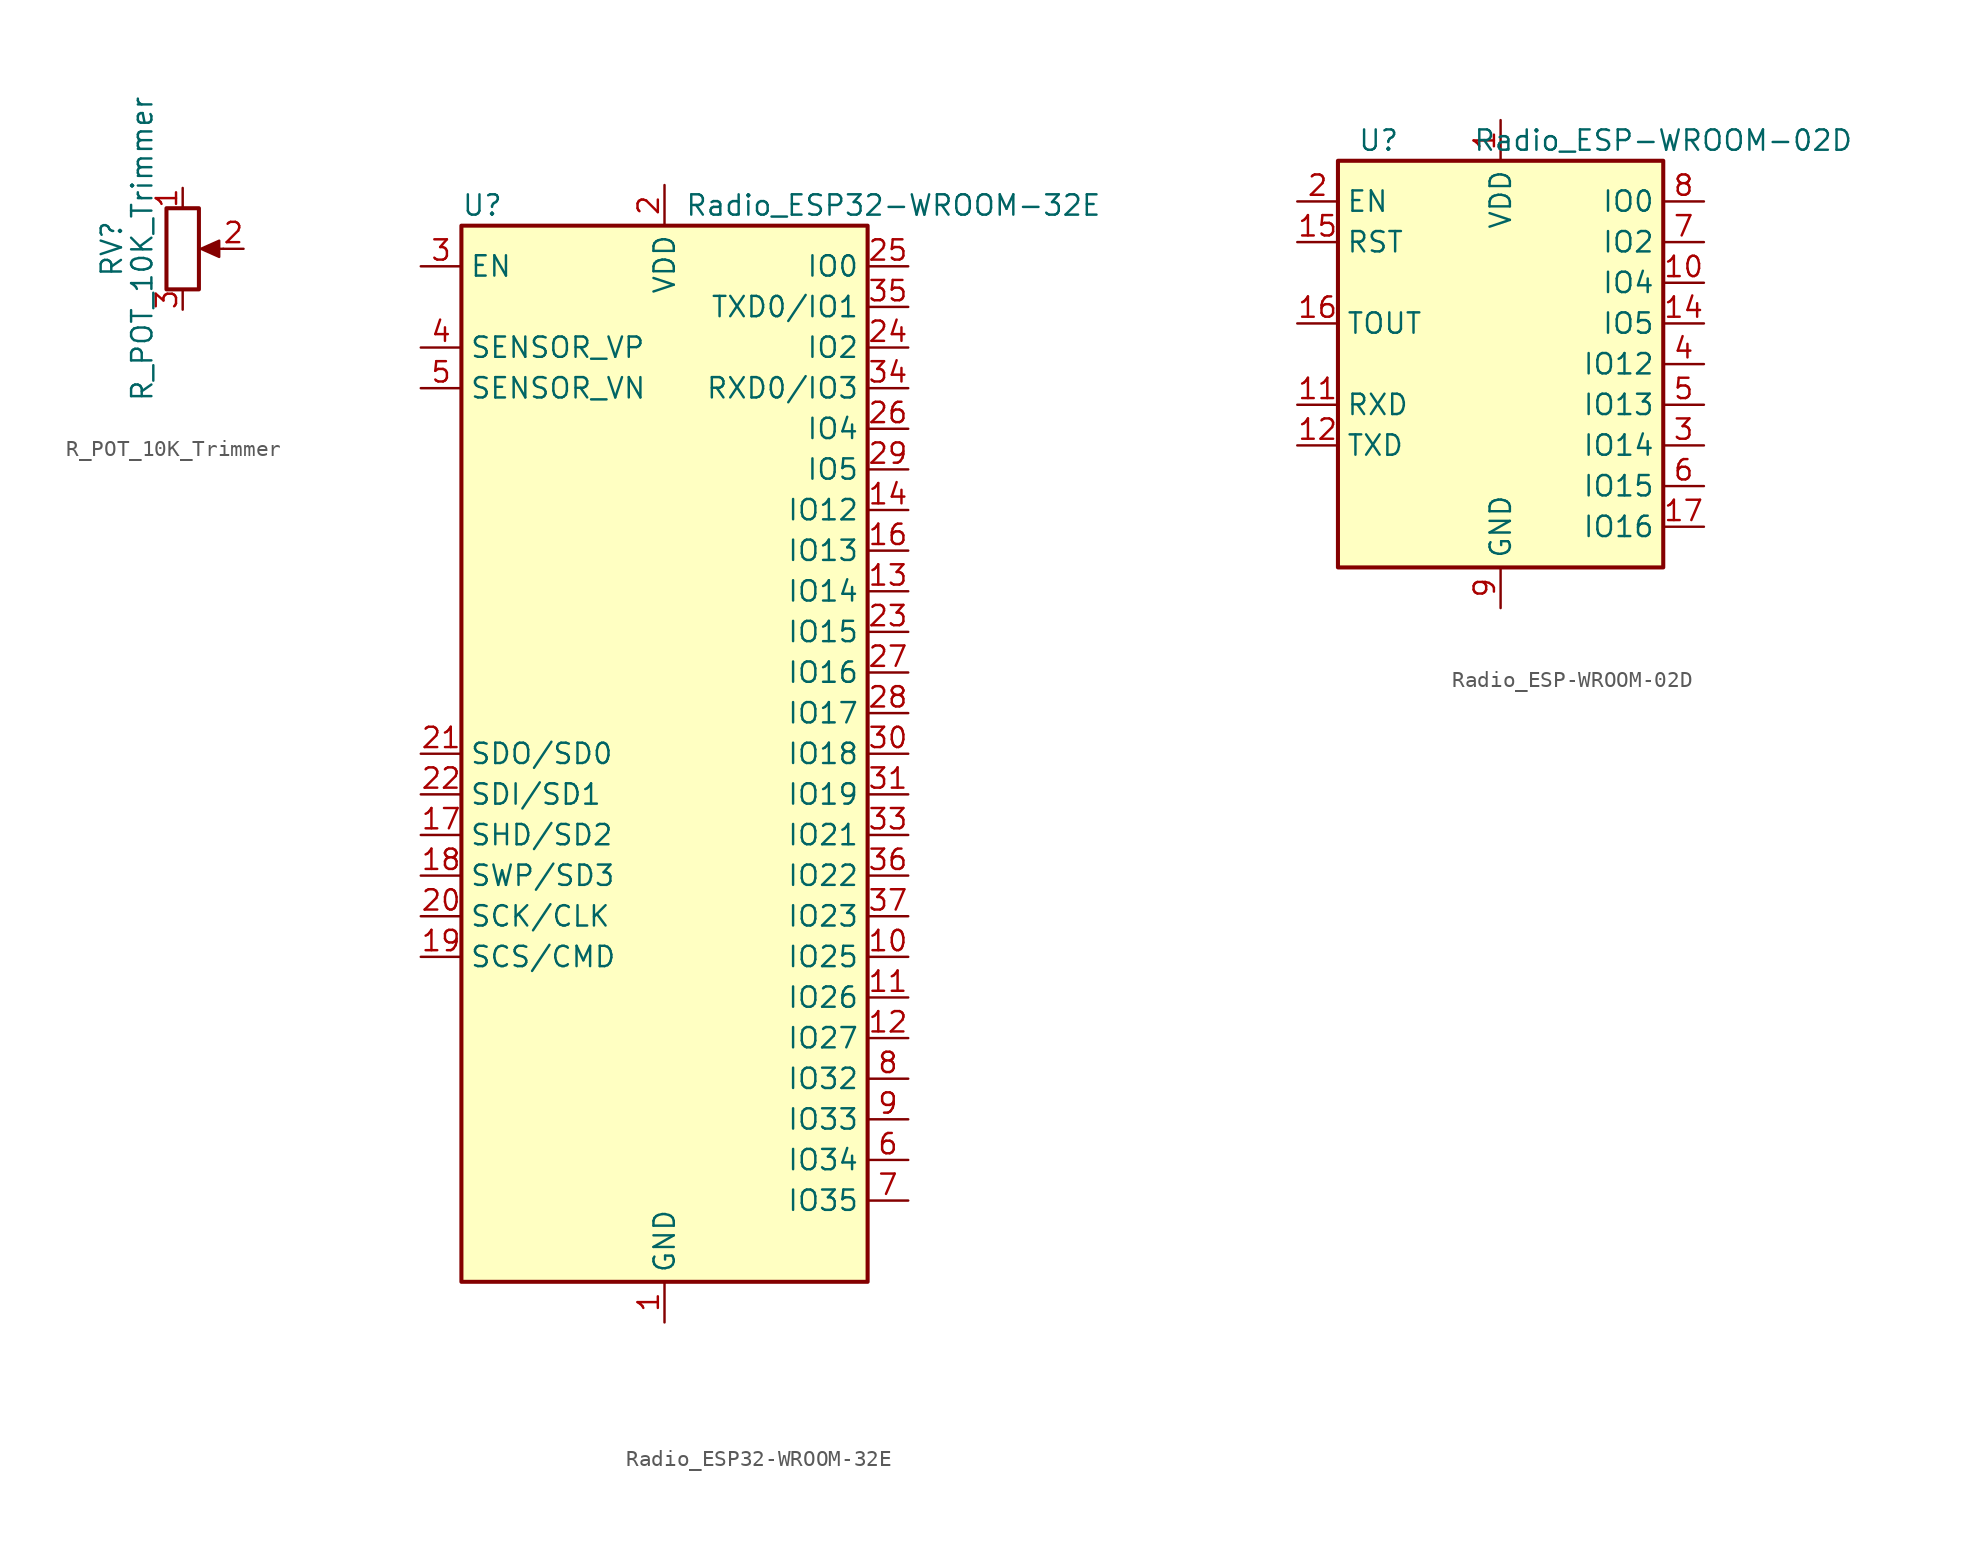
<source format=kicad_sym>
(kicad_symbol_lib
  (version 20211014)
  (generator kicad_symbol_editor)
  (symbol "R_POT_10K_Trimmer"
    (pin_names
      (offset 1.016) hide)
    (property "Reference" "RV"
      (at -4.445 0 90)
      (effects (font (size 1.27 1.27))))
    (property "Value" "R_POT_10K_Trimmer"
      (at -2.54 0 90)
      (effects (font (size 1.27 1.27))))
    (symbol "R_POT_10K_Trimmer_0_1"
      (polyline (pts (xy 2.54 0) (xy 1.524 0)) (stroke (width 0) (type default) (color 0 0 0 0)) (fill (type none)))
      (polyline (pts (xy 1.143 0) (xy 2.286 0.508) (xy 2.286 -0.508) (xy 1.143 0)) (stroke (width 0) (type default) (color 0 0 0 0)) (fill (type outline)))
      (rectangle (start 1.016 2.54) (end -1.016 -2.54) (stroke (width 0.254) (type default) (color 0 0 0 0)) (fill (type none))))
    (symbol "R_POT_10K_Trimmer_1_1"
      (pin passive line (at 0 3.81 270) (length 1.27) (name "1" (effects (font (size 1.27 1.27)))) (number "1" (effects (font (size 1.27 1.27)))))
      (pin passive line (at 3.81 0 180) (length 1.27) (name "2" (effects (font (size 1.27 1.27)))) (number "2" (effects (font (size 1.27 1.27)))))
      (pin passive line (at 0 -3.81 90) (length 1.27) (name "3" (effects (font (size 1.27 1.27)))) (number "3" (effects (font (size 1.27 1.27)))))))
  (symbol "Radio_ESP32-WROOM-32E"
    (property "Reference" "U"
      (at -12.7 34.29 0)
      (effects (font (size 1.27 1.27)) (justify left)))
    (property "Value" "Radio_ESP32-WROOM-32E"
      (at 1.27 34.29 0)
      (effects (font (size 1.27 1.27)) (justify left)))
    (symbol "Radio_ESP32-WROOM-32E_0_1"
      (rectangle (start -12.7 33.02) (end 12.7 -33.02) (stroke (width 0.254) (type default) (color 0 0 0 0)) (fill (type background))))
    (symbol "Radio_ESP32-WROOM-32E_1_1"
      (pin power_in line (at 0 -35.56 90) (length 2.54) (name "GND" (effects (font (size 1.27 1.27)))) (number "1" (effects (font (size 1.27 1.27)))))
      (pin bidirectional line (at 15.24 -12.7 180) (length 2.54) (name "IO25" (effects (font (size 1.27 1.27)))) (number "10" (effects (font (size 1.27 1.27)))))
      (pin bidirectional line (at 15.24 -15.24 180) (length 2.54) (name "IO26" (effects (font (size 1.27 1.27)))) (number "11" (effects (font (size 1.27 1.27)))))
      (pin bidirectional line (at 15.24 -17.78 180) (length 2.54) (name "IO27" (effects (font (size 1.27 1.27)))) (number "12" (effects (font (size 1.27 1.27)))))
      (pin bidirectional line (at 15.24 10.16 180) (length 2.54) (name "IO14" (effects (font (size 1.27 1.27)))) (number "13" (effects (font (size 1.27 1.27)))))
      (pin bidirectional line (at 15.24 15.24 180) (length 2.54) (name "IO12" (effects (font (size 1.27 1.27)))) (number "14" (effects (font (size 1.27 1.27)))))
      (pin passive line (at 0 -35.56 90) (length 2.54) hide (name "GND" (effects (font (size 1.27 1.27)))) (number "15" (effects (font (size 1.27 1.27)))))
      (pin bidirectional line (at 15.24 12.7 180) (length 2.54) (name "IO13" (effects (font (size 1.27 1.27)))) (number "16" (effects (font (size 1.27 1.27)))))
      (pin bidirectional line (at -15.24 -5.08 0) (length 2.54) (name "SHD/SD2" (effects (font (size 1.27 1.27)))) (number "17" (effects (font (size 1.27 1.27)))))
      (pin bidirectional line (at -15.24 -7.62 0) (length 2.54) (name "SWP/SD3" (effects (font (size 1.27 1.27)))) (number "18" (effects (font (size 1.27 1.27)))))
      (pin bidirectional line (at -15.24 -12.7 0) (length 2.54) (name "SCS/CMD" (effects (font (size 1.27 1.27)))) (number "19" (effects (font (size 1.27 1.27)))))
      (pin power_in line (at 0 35.56 270) (length 2.54) (name "VDD" (effects (font (size 1.27 1.27)))) (number "2" (effects (font (size 1.27 1.27)))))
      (pin bidirectional line (at -15.24 -10.16 0) (length 2.54) (name "SCK/CLK" (effects (font (size 1.27 1.27)))) (number "20" (effects (font (size 1.27 1.27)))))
      (pin bidirectional line (at -15.24 0 0) (length 2.54) (name "SDO/SD0" (effects (font (size 1.27 1.27)))) (number "21" (effects (font (size 1.27 1.27)))))
      (pin bidirectional line (at -15.24 -2.54 0) (length 2.54) (name "SDI/SD1" (effects (font (size 1.27 1.27)))) (number "22" (effects (font (size 1.27 1.27)))))
      (pin bidirectional line (at 15.24 7.62 180) (length 2.54) (name "IO15" (effects (font (size 1.27 1.27)))) (number "23" (effects (font (size 1.27 1.27)))))
      (pin bidirectional line (at 15.24 25.4 180) (length 2.54) (name "IO2" (effects (font (size 1.27 1.27)))) (number "24" (effects (font (size 1.27 1.27)))))
      (pin bidirectional line (at 15.24 30.48 180) (length 2.54) (name "IO0" (effects (font (size 1.27 1.27)))) (number "25" (effects (font (size 1.27 1.27)))))
      (pin bidirectional line (at 15.24 20.32 180) (length 2.54) (name "IO4" (effects (font (size 1.27 1.27)))) (number "26" (effects (font (size 1.27 1.27)))))
      (pin bidirectional line (at 15.24 5.08 180) (length 2.54) (name "IO16" (effects (font (size 1.27 1.27)))) (number "27" (effects (font (size 1.27 1.27)))))
      (pin bidirectional line (at 15.24 2.54 180) (length 2.54) (name "IO17" (effects (font (size 1.27 1.27)))) (number "28" (effects (font (size 1.27 1.27)))))
      (pin bidirectional line (at 15.24 17.78 180) (length 2.54) (name "IO5" (effects (font (size 1.27 1.27)))) (number "29" (effects (font (size 1.27 1.27)))))
      (pin input line (at -15.24 30.48 0) (length 2.54) (name "EN" (effects (font (size 1.27 1.27)))) (number "3" (effects (font (size 1.27 1.27)))))
      (pin bidirectional line (at 15.24 0 180) (length 2.54) (name "IO18" (effects (font (size 1.27 1.27)))) (number "30" (effects (font (size 1.27 1.27)))))
      (pin bidirectional line (at 15.24 -2.54 180) (length 2.54) (name "IO19" (effects (font (size 1.27 1.27)))) (number "31" (effects (font (size 1.27 1.27)))))
      (pin no_connect line (at -12.7 -27.94 0) (length 2.54) hide (name "NC" (effects (font (size 1.27 1.27)))) (number "32" (effects (font (size 1.27 1.27)))))
      (pin bidirectional line (at 15.24 -5.08 180) (length 2.54) (name "IO21" (effects (font (size 1.27 1.27)))) (number "33" (effects (font (size 1.27 1.27)))))
      (pin bidirectional line (at 15.24 22.86 180) (length 2.54) (name "RXD0/IO3" (effects (font (size 1.27 1.27)))) (number "34" (effects (font (size 1.27 1.27)))))
      (pin bidirectional line (at 15.24 27.94 180) (length 2.54) (name "TXD0/IO1" (effects (font (size 1.27 1.27)))) (number "35" (effects (font (size 1.27 1.27)))))
      (pin bidirectional line (at 15.24 -7.62 180) (length 2.54) (name "IO22" (effects (font (size 1.27 1.27)))) (number "36" (effects (font (size 1.27 1.27)))))
      (pin bidirectional line (at 15.24 -10.16 180) (length 2.54) (name "IO23" (effects (font (size 1.27 1.27)))) (number "37" (effects (font (size 1.27 1.27)))))
      (pin passive line (at 0 -35.56 90) (length 2.54) hide (name "GND" (effects (font (size 1.27 1.27)))) (number "38" (effects (font (size 1.27 1.27)))))
      (pin passive line (at 0 -35.56 90) (length 2.54) hide (name "GND" (effects (font (size 1.27 1.27)))) (number "39" (effects (font (size 1.27 1.27)))))
      (pin input line (at -15.24 25.4 0) (length 2.54) (name "SENSOR_VP" (effects (font (size 1.27 1.27)))) (number "4" (effects (font (size 1.27 1.27)))))
      (pin input line (at -15.24 22.86 0) (length 2.54) (name "SENSOR_VN" (effects (font (size 1.27 1.27)))) (number "5" (effects (font (size 1.27 1.27)))))
      (pin input line (at 15.24 -25.4 180) (length 2.54) (name "IO34" (effects (font (size 1.27 1.27)))) (number "6" (effects (font (size 1.27 1.27)))))
      (pin input line (at 15.24 -27.94 180) (length 2.54) (name "IO35" (effects (font (size 1.27 1.27)))) (number "7" (effects (font (size 1.27 1.27)))))
      (pin bidirectional line (at 15.24 -20.32 180) (length 2.54) (name "IO32" (effects (font (size 1.27 1.27)))) (number "8" (effects (font (size 1.27 1.27)))))
      (pin bidirectional line (at 15.24 -22.86 180) (length 2.54) (name "IO33" (effects (font (size 1.27 1.27)))) (number "9" (effects (font (size 1.27 1.27)))))))
  (symbol "Radio_ESP-WROOM-02D"
    (property "Reference" "U"
      (at -7.62 13.97 0)
      (effects (font (size 1.27 1.27))))
    (property "Value" "Radio_ESP-WROOM-02D"
      (at 10.16 13.97 0)
      (effects (font (size 1.27 1.27))))
    (symbol "Radio_ESP-WROOM-02D_0_1"
      (rectangle (start 10.16 12.7) (end -10.16 -12.7) (stroke (width 0.254) (type default) (color 0 0 0 0)) (fill (type background))))
    (symbol "Radio_ESP-WROOM-02D_1_1"
      (pin power_in line (at 0 15.24 270) (length 2.54) (name "VDD" (effects (font (size 1.27 1.27)))) (number "1" (effects (font (size 1.27 1.27)))))
      (pin bidirectional line (at 12.7 5.08 180) (length 2.54) (name "IO4" (effects (font (size 1.27 1.27)))) (number "10" (effects (font (size 1.27 1.27)))))
      (pin bidirectional line (at -12.7 -2.54 0) (length 2.54) (name "RXD" (effects (font (size 1.27 1.27)))) (number "11" (effects (font (size 1.27 1.27)))))
      (pin bidirectional line (at -12.7 -5.08 0) (length 2.54) (name "TXD" (effects (font (size 1.27 1.27)))) (number "12" (effects (font (size 1.27 1.27)))))
      (pin passive line (at 0 -15.24 90) (length 2.54) hide (name "GND" (effects (font (size 1.27 1.27)))) (number "13" (effects (font (size 1.27 1.27)))))
      (pin bidirectional line (at 12.7 2.54 180) (length 2.54) (name "IO5" (effects (font (size 1.27 1.27)))) (number "14" (effects (font (size 1.27 1.27)))))
      (pin input line (at -12.7 7.62 0) (length 2.54) (name "RST" (effects (font (size 1.27 1.27)))) (number "15" (effects (font (size 1.27 1.27)))))
      (pin input line (at -12.7 2.54 0) (length 2.54) (name "TOUT" (effects (font (size 1.27 1.27)))) (number "16" (effects (font (size 1.27 1.27)))))
      (pin bidirectional line (at 12.7 -10.16 180) (length 2.54) (name "IO16" (effects (font (size 1.27 1.27)))) (number "17" (effects (font (size 1.27 1.27)))))
      (pin passive line (at 0 -15.24 90) (length 2.54) hide (name "GND" (effects (font (size 1.27 1.27)))) (number "18" (effects (font (size 1.27 1.27)))))
      (pin passive line (at 0 -15.24 90) (length 2.54) hide (name "GND" (effects (font (size 1.27 1.27)))) (number "19" (effects (font (size 1.27 1.27)))))
      (pin input line (at -12.7 10.16 0) (length 2.54) (name "EN" (effects (font (size 1.27 1.27)))) (number "2" (effects (font (size 1.27 1.27)))))
      (pin bidirectional line (at 12.7 -5.08 180) (length 2.54) (name "IO14" (effects (font (size 1.27 1.27)))) (number "3" (effects (font (size 1.27 1.27)))))
      (pin bidirectional line (at 12.7 0 180) (length 2.54) (name "IO12" (effects (font (size 1.27 1.27)))) (number "4" (effects (font (size 1.27 1.27)))))
      (pin bidirectional line (at 12.7 -2.54 180) (length 2.54) (name "IO13" (effects (font (size 1.27 1.27)))) (number "5" (effects (font (size 1.27 1.27)))))
      (pin bidirectional line (at 12.7 -7.62 180) (length 2.54) (name "IO15" (effects (font (size 1.27 1.27)))) (number "6" (effects (font (size 1.27 1.27)))))
      (pin bidirectional line (at 12.7 7.62 180) (length 2.54) (name "IO2" (effects (font (size 1.27 1.27)))) (number "7" (effects (font (size 1.27 1.27)))))
      (pin bidirectional line (at 12.7 10.16 180) (length 2.54) (name "IO0" (effects (font (size 1.27 1.27)))) (number "8" (effects (font (size 1.27 1.27)))))
      (pin power_in line (at 0 -15.24 90) (length 2.54) (name "GND" (effects (font (size 1.27 1.27)))) (number "9" (effects (font (size 1.27 1.27))))))))
</source>
